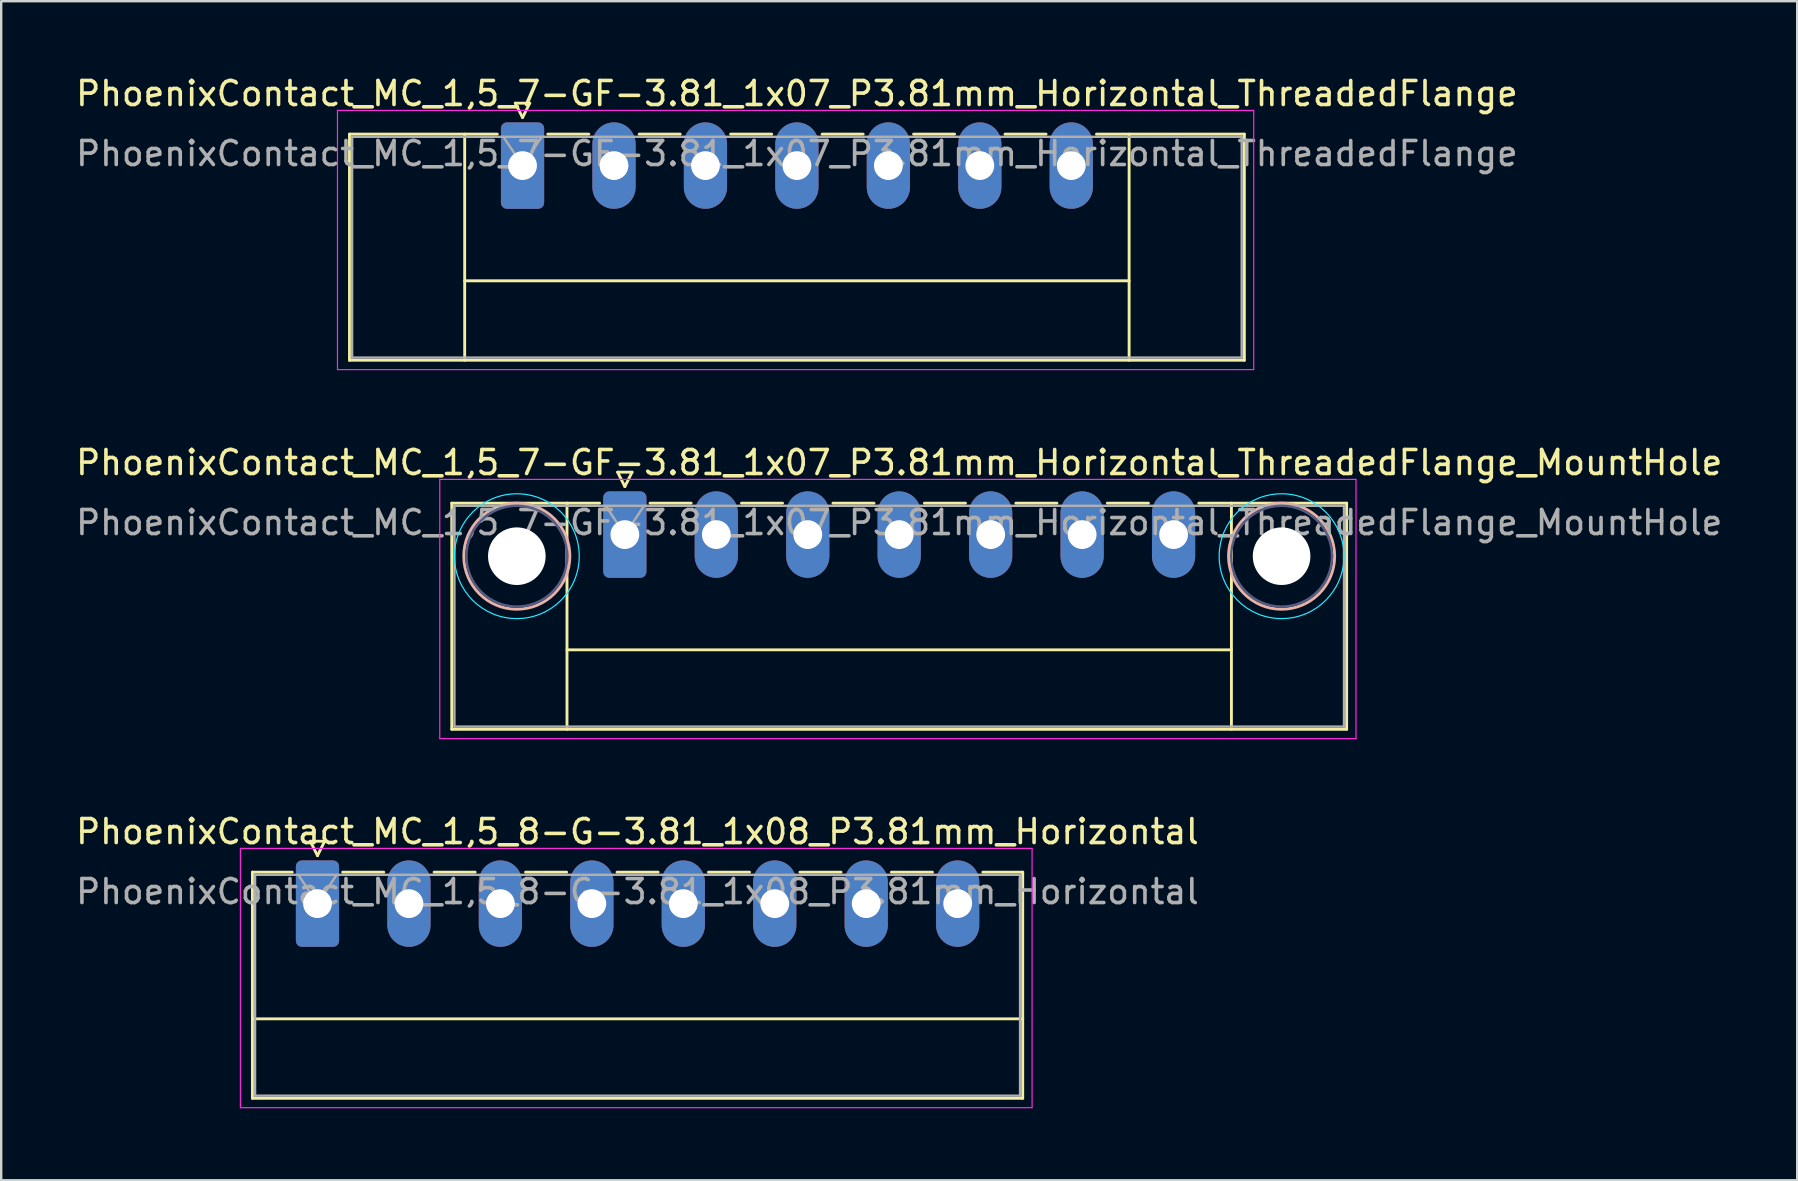
<source format=kicad_pcb>
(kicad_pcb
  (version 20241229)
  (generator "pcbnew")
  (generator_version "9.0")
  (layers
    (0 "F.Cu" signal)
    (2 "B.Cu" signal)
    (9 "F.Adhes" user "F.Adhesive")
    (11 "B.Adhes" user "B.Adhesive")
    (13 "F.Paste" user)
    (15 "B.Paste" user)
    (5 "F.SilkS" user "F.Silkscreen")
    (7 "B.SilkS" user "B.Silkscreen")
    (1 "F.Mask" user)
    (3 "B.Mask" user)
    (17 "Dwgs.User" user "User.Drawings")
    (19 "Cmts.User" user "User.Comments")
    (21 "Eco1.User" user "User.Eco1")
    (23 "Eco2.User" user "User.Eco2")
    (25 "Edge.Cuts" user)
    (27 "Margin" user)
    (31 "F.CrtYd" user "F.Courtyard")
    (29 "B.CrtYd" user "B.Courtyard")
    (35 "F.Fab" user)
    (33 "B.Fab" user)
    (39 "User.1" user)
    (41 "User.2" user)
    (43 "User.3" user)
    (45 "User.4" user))
  (footprint "PhoenixContact_MC_1,5_7-GF-3.81_1x07_P3.81mm_Horizontal_ThreadedFlange_MountHole"
    (layer "F.Cu")
    (at 22.981 19.221)
    (property "Reference" "PhoenixContact_MC_1,5_7-GF-3.81_1x07_P3.81mm_Horizontal_ThreadedFlange_MountHole" (at 11.43 -3 0) (layer "F.SilkS") (effects (font (size 1 1) (thickness 0.15))))
    (attr through_hole)
    (fp_line (start -7.21 -1.31) (end -7.21 8.11) (stroke (width 0.12) (type solid)) (layer "F.SilkS"))
    (fp_line (start -7.21 -1.31) (end -1.05 -1.31) (stroke (width 0.12) (type solid)) (layer "F.SilkS"))
    (fp_line (start -7.21 8.11) (end 30.07 8.11) (stroke (width 0.12) (type solid)) (layer "F.SilkS"))
    (fp_line (start -2.41 -1.31) (end -2.41 8.11) (stroke (width 0.12) (type solid)) (layer "F.SilkS"))
    (fp_line (start -2.41 4.8) (end 25.27 4.8) (stroke (width 0.12) (type solid)) (layer "F.SilkS"))
    (fp_line (start -0.3 -2.6) (end 0.3 -2.6) (stroke (width 0.12) (type solid)) (layer "F.SilkS"))
    (fp_line (start 0 -2) (end -0.3 -2.6) (stroke (width 0.12) (type solid)) (layer "F.SilkS"))
    (fp_line (start 0.3 -2.6) (end 0 -2) (stroke (width 0.12) (type solid)) (layer "F.SilkS"))
    (fp_line (start 1.05 -1.31) (end 2.76 -1.31) (stroke (width 0.12) (type solid)) (layer "F.SilkS"))
    (fp_line (start 4.86 -1.31) (end 6.57 -1.31) (stroke (width 0.12) (type solid)) (layer "F.SilkS"))
    (fp_line (start 8.67 -1.31) (end 10.38 -1.31) (stroke (width 0.12) (type solid)) (layer "F.SilkS"))
    (fp_line (start 12.48 -1.31) (end 14.19 -1.31) (stroke (width 0.12) (type solid)) (layer "F.SilkS"))
    (fp_line (start 16.29 -1.31) (end 18 -1.31) (stroke (width 0.12) (type solid)) (layer "F.SilkS"))
    (fp_line (start 20.1 -1.31) (end 21.81 -1.31) (stroke (width 0.12) (type solid)) (layer "F.SilkS"))
    (fp_line (start 25.27 -1.31) (end 25.27 8.11) (stroke (width 0.12) (type solid)) (layer "F.SilkS"))
    (fp_line (start 30.07 -1.31) (end 23.91 -1.31) (stroke (width 0.12) (type solid)) (layer "F.SilkS"))
    (fp_line (start 30.07 8.11) (end 30.07 -1.31) (stroke (width 0.12) (type solid)) (layer "F.SilkS"))
    (fp_circle (center -4.5 0.9) (end -2.29 0.9) (stroke (width 0.12) (type solid)) (fill no) (layer "B.SilkS"))
    (fp_circle (center 27.36 0.9) (end 29.57 0.9) (stroke (width 0.12) (type solid)) (fill no) (layer "B.SilkS"))
    (fp_circle (center -4.5 0.9) (end -1.9 0.9) (stroke (width 0.05) (type solid)) (fill no) (layer "B.CrtYd"))
    (fp_circle (center 27.36 0.9) (end 29.96 0.9) (stroke (width 0.05) (type solid)) (fill no) (layer "B.CrtYd"))
    (fp_line (start -7.71 -2.3) (end -7.71 8.5) (stroke (width 0.05) (type solid)) (layer "F.CrtYd"))
    (fp_line (start -7.71 8.5) (end 30.46 8.5) (stroke (width 0.05) (type solid)) (layer "F.CrtYd"))
    (fp_line (start 30.46 -2.3) (end -7.71 -2.3) (stroke (width 0.05) (type solid)) (layer "F.CrtYd"))
    (fp_line (start 30.46 8.5) (end 30.46 -2.3) (stroke (width 0.05) (type solid)) (layer "F.CrtYd"))
    (fp_circle (center -4.5 0.9) (end -2.4 0.9) (stroke (width 0.1) (type solid)) (fill no) (layer "B.Fab"))
    (fp_circle (center 27.36 0.9) (end 29.46 0.9) (stroke (width 0.1) (type solid)) (fill no) (layer "B.Fab"))
    (fp_line (start -7.1 -1.2) (end -7.1 8) (stroke (width 0.1) (type solid)) (layer "F.Fab"))
    (fp_line (start -7.1 8) (end 29.96 8) (stroke (width 0.1) (type solid)) (layer "F.Fab"))
    (fp_line (start 0 0) (end -0.8 -1.2) (stroke (width 0.1) (type solid)) (layer "F.Fab"))
    (fp_line (start 0.8 -1.2) (end 0 0) (stroke (width 0.1) (type solid)) (layer "F.Fab"))
    (fp_line (start 29.96 -1.2) (end -7.1 -1.2) (stroke (width 0.1) (type solid)) (layer "F.Fab"))
    (fp_line (start 29.96 8) (end 29.96 -1.2) (stroke (width 0.1) (type solid)) (layer "F.Fab"))
    (fp_text user "${REFERENCE}" (at 11.43 -0.5 0) (layer "F.Fab") (effects (font (size 1 1) (thickness 0.15))))
    (pad "" np_thru_hole circle (at -4.5 0.9) (size 2.4 2.4) (drill 2.4) (layers "*.Cu" "*.Mask"))
    (pad "" np_thru_hole circle (at 27.36 0.9) (size 2.4 2.4) (drill 2.4) (layers "*.Cu" "*.Mask"))
    (pad "1" thru_hole roundrect (at 0 0) (size 1.8 3.6) (drill 1.2) (layers "*.Cu" "*.Mask") (roundrect_rratio 0.139))
    (pad "2" thru_hole oval (at 3.81 0) (size 1.8 3.6) (drill 1.2) (layers "*.Cu" "*.Mask"))
    (pad "3" thru_hole oval (at 7.62 0) (size 1.8 3.6) (drill 1.2) (layers "*.Cu" "*.Mask"))
    (pad "4" thru_hole oval (at 11.43 0) (size 1.8 3.6) (drill 1.2) (layers "*.Cu" "*.Mask"))
    (pad "5" thru_hole oval (at 15.24 0) (size 1.8 3.6) (drill 1.2) (layers "*.Cu" "*.Mask"))
    (pad "6" thru_hole oval (at 19.05 0) (size 1.8 3.6) (drill 1.2) (layers "*.Cu" "*.Mask"))
    (pad "7" thru_hole oval (at 22.86 0) (size 1.8 3.6) (drill 1.2) (layers "*.Cu" "*.Mask")))
  (footprint "PhoenixContact_MC_1,5_8-G-3.81_1x08_P3.81mm_Horizontal"
    (layer "F.Cu")
    (at 10.176 34.595)
    (property "Reference" "PhoenixContact_MC_1,5_8-G-3.81_1x08_P3.81mm_Horizontal" (at 13.33 -3 0) (layer "F.SilkS") (effects (font (size 1 1) (thickness 0.15))))
    (attr through_hole)
    (fp_line (start -2.71 -1.31) (end -2.71 8.11) (stroke (width 0.12) (type solid)) (layer "F.SilkS"))
    (fp_line (start -2.71 -1.31) (end -1.05 -1.31) (stroke (width 0.12) (type solid)) (layer "F.SilkS"))
    (fp_line (start -2.71 4.8) (end 29.38 4.8) (stroke (width 0.12) (type solid)) (layer "F.SilkS"))
    (fp_line (start -2.71 8.11) (end 29.38 8.11) (stroke (width 0.12) (type solid)) (layer "F.SilkS"))
    (fp_line (start -0.3 -2.6) (end 0.3 -2.6) (stroke (width 0.12) (type solid)) (layer "F.SilkS"))
    (fp_line (start 0 -2) (end -0.3 -2.6) (stroke (width 0.12) (type solid)) (layer "F.SilkS"))
    (fp_line (start 0.3 -2.6) (end 0 -2) (stroke (width 0.12) (type solid)) (layer "F.SilkS"))
    (fp_line (start 1.05 -1.31) (end 2.76 -1.31) (stroke (width 0.12) (type solid)) (layer "F.SilkS"))
    (fp_line (start 4.86 -1.31) (end 6.57 -1.31) (stroke (width 0.12) (type solid)) (layer "F.SilkS"))
    (fp_line (start 8.67 -1.31) (end 10.38 -1.31) (stroke (width 0.12) (type solid)) (layer "F.SilkS"))
    (fp_line (start 12.48 -1.31) (end 14.19 -1.31) (stroke (width 0.12) (type solid)) (layer "F.SilkS"))
    (fp_line (start 16.29 -1.31) (end 18 -1.31) (stroke (width 0.12) (type solid)) (layer "F.SilkS"))
    (fp_line (start 20.1 -1.31) (end 21.81 -1.31) (stroke (width 0.12) (type solid)) (layer "F.SilkS"))
    (fp_line (start 23.91 -1.31) (end 25.62 -1.31) (stroke (width 0.12) (type solid)) (layer "F.SilkS"))
    (fp_line (start 29.38 -1.31) (end 27.72 -1.31) (stroke (width 0.12) (type solid)) (layer "F.SilkS"))
    (fp_line (start 29.38 8.11) (end 29.38 -1.31) (stroke (width 0.12) (type solid)) (layer "F.SilkS"))
    (fp_line (start -3.21 -2.3) (end -3.21 8.5) (stroke (width 0.05) (type solid)) (layer "F.CrtYd"))
    (fp_line (start -3.21 8.5) (end 29.77 8.5) (stroke (width 0.05) (type solid)) (layer "F.CrtYd"))
    (fp_line (start 29.77 -2.3) (end -3.21 -2.3) (stroke (width 0.05) (type solid)) (layer "F.CrtYd"))
    (fp_line (start 29.77 8.5) (end 29.77 -2.3) (stroke (width 0.05) (type solid)) (layer "F.CrtYd"))
    (fp_line (start -2.6 -1.2) (end -2.6 8) (stroke (width 0.1) (type solid)) (layer "F.Fab"))
    (fp_line (start -2.6 8) (end 29.27 8) (stroke (width 0.1) (type solid)) (layer "F.Fab"))
    (fp_line (start 0 0) (end -0.8 -1.2) (stroke (width 0.1) (type solid)) (layer "F.Fab"))
    (fp_line (start 0.8 -1.2) (end 0 0) (stroke (width 0.1) (type solid)) (layer "F.Fab"))
    (fp_line (start 29.27 -1.2) (end -2.6 -1.2) (stroke (width 0.1) (type solid)) (layer "F.Fab"))
    (fp_line (start 29.27 8) (end 29.27 -1.2) (stroke (width 0.1) (type solid)) (layer "F.Fab"))
    (fp_text user "${REFERENCE}" (at 13.33 -0.5 0) (layer "F.Fab") (effects (font (size 1 1) (thickness 0.15))))
    (pad "1" thru_hole roundrect (at 0 0) (size 1.8 3.6) (drill 1.2) (layers "*.Cu" "*.Mask") (roundrect_rratio 0.139))
    (pad "2" thru_hole oval (at 3.81 0) (size 1.8 3.6) (drill 1.2) (layers "*.Cu" "*.Mask"))
    (pad "3" thru_hole oval (at 7.62 0) (size 1.8 3.6) (drill 1.2) (layers "*.Cu" "*.Mask"))
    (pad "4" thru_hole oval (at 11.43 0) (size 1.8 3.6) (drill 1.2) (layers "*.Cu" "*.Mask"))
    (pad "5" thru_hole oval (at 15.24 0) (size 1.8 3.6) (drill 1.2) (layers "*.Cu" "*.Mask"))
    (pad "6" thru_hole oval (at 19.05 0) (size 1.8 3.6) (drill 1.2) (layers "*.Cu" "*.Mask"))
    (pad "7" thru_hole oval (at 22.86 0) (size 1.8 3.6) (drill 1.2) (layers "*.Cu" "*.Mask"))
    (pad "8" thru_hole oval (at 26.67 0) (size 1.8 3.6) (drill 1.2) (layers "*.Cu" "*.Mask")))
  (footprint "PhoenixContact_MC_1,5_7-GF-3.81_1x07_P3.81mm_Horizontal_ThreadedFlange"
    (layer "F.Cu")
    (at 18.719 3.848)
    (property "Reference" "PhoenixContact_MC_1,5_7-GF-3.81_1x07_P3.81mm_Horizontal_ThreadedFlange" (at 11.43 -3 0) (layer "F.SilkS") (effects (font (size 1 1) (thickness 0.15))))
    (attr through_hole)
    (fp_line (start -7.21 -1.31) (end -7.21 8.11) (stroke (width 0.12) (type solid)) (layer "F.SilkS"))
    (fp_line (start -7.21 -1.31) (end -1.05 -1.31) (stroke (width 0.12) (type solid)) (layer "F.SilkS"))
    (fp_line (start -7.21 8.11) (end 30.07 8.11) (stroke (width 0.12) (type solid)) (layer "F.SilkS"))
    (fp_line (start -2.41 -1.31) (end -2.41 8.11) (stroke (width 0.12) (type solid)) (layer "F.SilkS"))
    (fp_line (start -2.41 4.8) (end 25.27 4.8) (stroke (width 0.12) (type solid)) (layer "F.SilkS"))
    (fp_line (start -0.3 -2.6) (end 0.3 -2.6) (stroke (width 0.12) (type solid)) (layer "F.SilkS"))
    (fp_line (start 0 -2) (end -0.3 -2.6) (stroke (width 0.12) (type solid)) (layer "F.SilkS"))
    (fp_line (start 0.3 -2.6) (end 0 -2) (stroke (width 0.12) (type solid)) (layer "F.SilkS"))
    (fp_line (start 1.05 -1.31) (end 2.76 -1.31) (stroke (width 0.12) (type solid)) (layer "F.SilkS"))
    (fp_line (start 4.86 -1.31) (end 6.57 -1.31) (stroke (width 0.12) (type solid)) (layer "F.SilkS"))
    (fp_line (start 8.67 -1.31) (end 10.38 -1.31) (stroke (width 0.12) (type solid)) (layer "F.SilkS"))
    (fp_line (start 12.48 -1.31) (end 14.19 -1.31) (stroke (width 0.12) (type solid)) (layer "F.SilkS"))
    (fp_line (start 16.29 -1.31) (end 18 -1.31) (stroke (width 0.12) (type solid)) (layer "F.SilkS"))
    (fp_line (start 20.1 -1.31) (end 21.81 -1.31) (stroke (width 0.12) (type solid)) (layer "F.SilkS"))
    (fp_line (start 25.27 -1.31) (end 25.27 8.11) (stroke (width 0.12) (type solid)) (layer "F.SilkS"))
    (fp_line (start 30.07 -1.31) (end 23.91 -1.31) (stroke (width 0.12) (type solid)) (layer "F.SilkS"))
    (fp_line (start 30.07 8.11) (end 30.07 -1.31) (stroke (width 0.12) (type solid)) (layer "F.SilkS"))
    (fp_line (start -7.71 -2.3) (end -7.71 8.5) (stroke (width 0.05) (type solid)) (layer "F.CrtYd"))
    (fp_line (start -7.71 8.5) (end 30.46 8.5) (stroke (width 0.05) (type solid)) (layer "F.CrtYd"))
    (fp_line (start 30.46 -2.3) (end -7.71 -2.3) (stroke (width 0.05) (type solid)) (layer "F.CrtYd"))
    (fp_line (start 30.46 8.5) (end 30.46 -2.3) (stroke (width 0.05) (type solid)) (layer "F.CrtYd"))
    (fp_line (start -7.1 -1.2) (end -7.1 8) (stroke (width 0.1) (type solid)) (layer "F.Fab"))
    (fp_line (start -7.1 8) (end 29.96 8) (stroke (width 0.1) (type solid)) (layer "F.Fab"))
    (fp_line (start 0 0) (end -0.8 -1.2) (stroke (width 0.1) (type solid)) (layer "F.Fab"))
    (fp_line (start 0.8 -1.2) (end 0 0) (stroke (width 0.1) (type solid)) (layer "F.Fab"))
    (fp_line (start 29.96 -1.2) (end -7.1 -1.2) (stroke (width 0.1) (type solid)) (layer "F.Fab"))
    (fp_line (start 29.96 8) (end 29.96 -1.2) (stroke (width 0.1) (type solid)) (layer "F.Fab"))
    (fp_text user "${REFERENCE}" (at 11.43 -0.5 0) (layer "F.Fab") (effects (font (size 1 1) (thickness 0.15))))
    (pad "1" thru_hole roundrect (at 0 0) (size 1.8 3.6) (drill 1.2) (layers "*.Cu" "*.Mask") (roundrect_rratio 0.139))
    (pad "2" thru_hole oval (at 3.81 0) (size 1.8 3.6) (drill 1.2) (layers "*.Cu" "*.Mask"))
    (pad "3" thru_hole oval (at 7.62 0) (size 1.8 3.6) (drill 1.2) (layers "*.Cu" "*.Mask"))
    (pad "4" thru_hole oval (at 11.43 0) (size 1.8 3.6) (drill 1.2) (layers "*.Cu" "*.Mask"))
    (pad "5" thru_hole oval (at 15.24 0) (size 1.8 3.6) (drill 1.2) (layers "*.Cu" "*.Mask"))
    (pad "6" thru_hole oval (at 19.05 0) (size 1.8 3.6) (drill 1.2) (layers "*.Cu" "*.Mask"))
    (pad "7" thru_hole oval (at 22.86 0) (size 1.8 3.6) (drill 1.2) (layers "*.Cu" "*.Mask")))
  (gr_rect
    (start -3 -3)
    (end 71.821 46.12)
    (stroke (width 0.1) (type default))
    (fill no)
    (layer "Edge.Cuts")))
</source>
